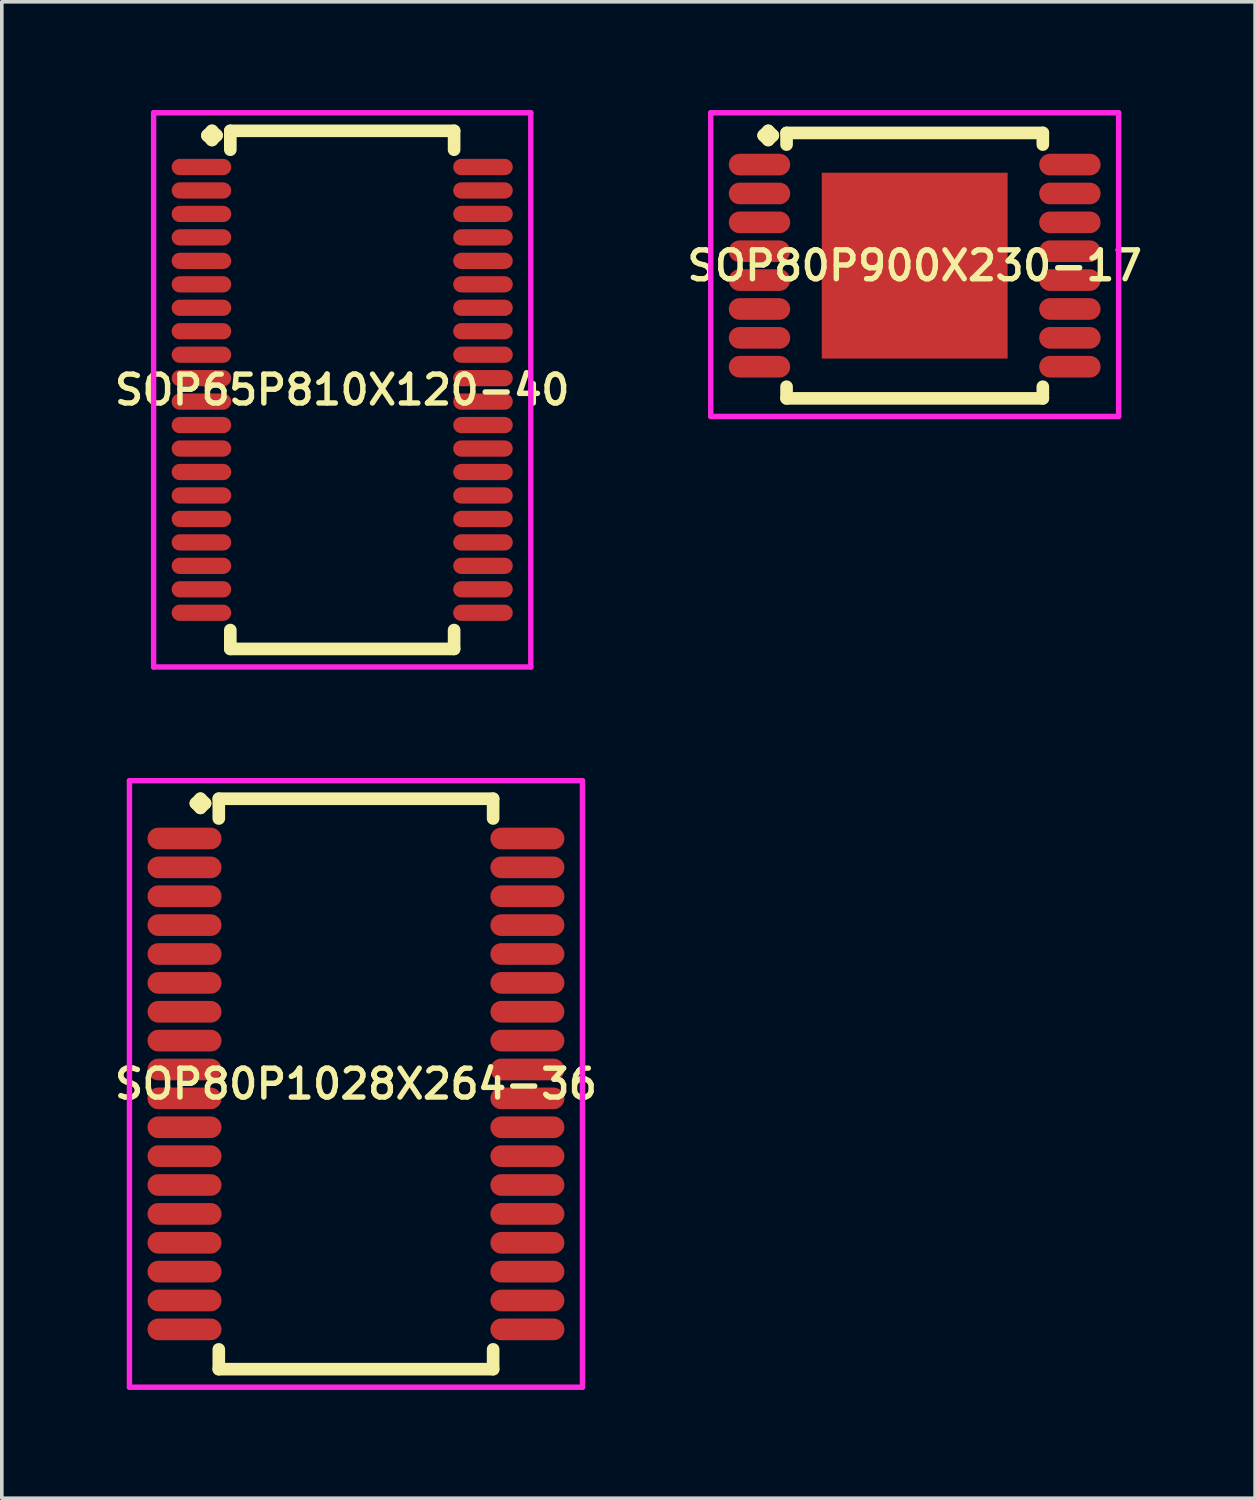
<source format=kicad_pcb>
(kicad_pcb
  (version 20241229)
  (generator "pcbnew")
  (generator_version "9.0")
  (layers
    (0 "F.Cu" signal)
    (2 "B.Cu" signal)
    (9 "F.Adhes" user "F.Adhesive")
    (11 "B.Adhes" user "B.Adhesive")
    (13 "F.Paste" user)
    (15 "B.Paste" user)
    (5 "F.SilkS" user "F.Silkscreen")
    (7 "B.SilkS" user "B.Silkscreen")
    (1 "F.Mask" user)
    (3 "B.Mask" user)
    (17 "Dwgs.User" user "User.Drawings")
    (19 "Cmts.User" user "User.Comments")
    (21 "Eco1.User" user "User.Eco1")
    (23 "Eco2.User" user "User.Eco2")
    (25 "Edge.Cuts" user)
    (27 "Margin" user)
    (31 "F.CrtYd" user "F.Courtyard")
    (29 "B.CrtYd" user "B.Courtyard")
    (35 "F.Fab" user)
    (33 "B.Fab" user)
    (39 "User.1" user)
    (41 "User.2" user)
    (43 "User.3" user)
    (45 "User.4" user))
  (footprint "SOP80P1028X264-36"
    (layer "F.Cu")
    (at 6.812 26.981)
    (property "Reference" "SOP80P1028X264-36" (at 0 0 0) (layer "F.SilkS") (effects (font (size 0.8 0.8) (thickness 0.15))))
    (attr smd)
    (fp_line (start -4.435 -7.775) (end -4.308 -7.902) (stroke (width 0.35) (type solid)) (layer "F.SilkS"))
    (fp_line (start -4.308 -7.902) (end -4.181 -7.775) (stroke (width 0.35) (type solid)) (layer "F.SilkS"))
    (fp_line (start -4.308 -7.648) (end -4.435 -7.775) (stroke (width 0.35) (type solid)) (layer "F.SilkS"))
    (fp_line (start -4.181 -7.775) (end -4.308 -7.648) (stroke (width 0.35) (type solid)) (layer "F.SilkS"))
    (fp_line (start -3.8 -7.902) (end 3.8 -7.902) (stroke (width 0.35) (type solid)) (layer "F.SilkS"))
    (fp_line (start -3.8 -7.354) (end -3.8 -7.902) (stroke (width 0.35) (type solid)) (layer "F.SilkS"))
    (fp_line (start -3.8 7.354) (end -3.8 7.902) (stroke (width 0.35) (type solid)) (layer "F.SilkS"))
    (fp_line (start -3.8 7.902) (end 3.8 7.902) (stroke (width 0.35) (type solid)) (layer "F.SilkS"))
    (fp_line (start 3.8 -7.902) (end 3.8 -7.354) (stroke (width 0.35) (type solid)) (layer "F.SilkS"))
    (fp_line (start 3.8 7.902) (end 3.8 7.354) (stroke (width 0.35) (type solid)) (layer "F.SilkS"))
    (fp_line (start -6.275 -8.402) (end 6.275 -8.402) (stroke (width 0.15) (type solid)) (layer "F.CrtYd"))
    (fp_line (start -6.275 8.402) (end -6.275 -8.402) (stroke (width 0.15) (type solid)) (layer "F.CrtYd"))
    (fp_line (start 6.275 -8.402) (end 6.275 8.402) (stroke (width 0.15) (type solid)) (layer "F.CrtYd"))
    (fp_line (start 6.275 8.402) (end -6.275 8.402) (stroke (width 0.15) (type solid)) (layer "F.CrtYd"))
    (pad "1" smd oval (at -4.75 -6.8) (size 2.05 0.6) (layers "F.Cu" "F.Mask" "F.Paste"))
    (pad "2" smd oval (at -4.75 -6) (size 2.05 0.6) (layers "F.Cu" "F.Mask" "F.Paste"))
    (pad "3" smd oval (at -4.75 -5.2) (size 2.05 0.6) (layers "F.Cu" "F.Mask" "F.Paste"))
    (pad "4" smd oval (at -4.75 -4.4) (size 2.05 0.6) (layers "F.Cu" "F.Mask" "F.Paste"))
    (pad "5" smd oval (at -4.75 -3.6) (size 2.05 0.6) (layers "F.Cu" "F.Mask" "F.Paste"))
    (pad "6" smd oval (at -4.75 -2.8) (size 2.05 0.6) (layers "F.Cu" "F.Mask" "F.Paste"))
    (pad "7" smd oval (at -4.75 -2) (size 2.05 0.6) (layers "F.Cu" "F.Mask" "F.Paste"))
    (pad "8" smd oval (at -4.75 -1.2) (size 2.05 0.6) (layers "F.Cu" "F.Mask" "F.Paste"))
    (pad "9" smd oval (at -4.75 -0.4) (size 2.05 0.6) (layers "F.Cu" "F.Mask" "F.Paste"))
    (pad "10" smd oval (at -4.75 0.4) (size 2.05 0.6) (layers "F.Cu" "F.Mask" "F.Paste"))
    (pad "11" smd oval (at -4.75 1.2) (size 2.05 0.6) (layers "F.Cu" "F.Mask" "F.Paste"))
    (pad "12" smd oval (at -4.75 2) (size 2.05 0.6) (layers "F.Cu" "F.Mask" "F.Paste"))
    (pad "13" smd oval (at -4.75 2.8) (size 2.05 0.6) (layers "F.Cu" "F.Mask" "F.Paste"))
    (pad "14" smd oval (at -4.75 3.6) (size 2.05 0.6) (layers "F.Cu" "F.Mask" "F.Paste"))
    (pad "15" smd oval (at -4.75 4.4) (size 2.05 0.6) (layers "F.Cu" "F.Mask" "F.Paste"))
    (pad "16" smd oval (at -4.75 5.2) (size 2.05 0.6) (layers "F.Cu" "F.Mask" "F.Paste"))
    (pad "17" smd oval (at -4.75 6) (size 2.05 0.6) (layers "F.Cu" "F.Mask" "F.Paste"))
    (pad "18" smd oval (at -4.75 6.8) (size 2.05 0.6) (layers "F.Cu" "F.Mask" "F.Paste"))
    (pad "19" smd oval (at 4.75 6.8) (size 2.05 0.6) (layers "F.Cu" "F.Mask" "F.Paste"))
    (pad "20" smd oval (at 4.75 6) (size 2.05 0.6) (layers "F.Cu" "F.Mask" "F.Paste"))
    (pad "21" smd oval (at 4.75 5.2) (size 2.05 0.6) (layers "F.Cu" "F.Mask" "F.Paste"))
    (pad "22" smd oval (at 4.75 4.4) (size 2.05 0.6) (layers "F.Cu" "F.Mask" "F.Paste"))
    (pad "23" smd oval (at 4.75 3.6) (size 2.05 0.6) (layers "F.Cu" "F.Mask" "F.Paste"))
    (pad "24" smd oval (at 4.75 2.8) (size 2.05 0.6) (layers "F.Cu" "F.Mask" "F.Paste"))
    (pad "25" smd oval (at 4.75 2) (size 2.05 0.6) (layers "F.Cu" "F.Mask" "F.Paste"))
    (pad "26" smd oval (at 4.75 1.2) (size 2.05 0.6) (layers "F.Cu" "F.Mask" "F.Paste"))
    (pad "27" smd oval (at 4.75 0.4) (size 2.05 0.6) (layers "F.Cu" "F.Mask" "F.Paste"))
    (pad "28" smd oval (at 4.75 -0.4) (size 2.05 0.6) (layers "F.Cu" "F.Mask" "F.Paste"))
    (pad "29" smd oval (at 4.75 -1.2) (size 2.05 0.6) (layers "F.Cu" "F.Mask" "F.Paste"))
    (pad "30" smd oval (at 4.75 -2) (size 2.05 0.6) (layers "F.Cu" "F.Mask" "F.Paste"))
    (pad "31" smd oval (at 4.75 -2.8) (size 2.05 0.6) (layers "F.Cu" "F.Mask" "F.Paste"))
    (pad "32" smd oval (at 4.75 -3.6) (size 2.05 0.6) (layers "F.Cu" "F.Mask" "F.Paste"))
    (pad "33" smd oval (at 4.75 -4.4) (size 2.05 0.6) (layers "F.Cu" "F.Mask" "F.Paste"))
    (pad "34" smd oval (at 4.75 -5.2) (size 2.05 0.6) (layers "F.Cu" "F.Mask" "F.Paste"))
    (pad "35" smd oval (at 4.75 -6) (size 2.05 0.6) (layers "F.Cu" "F.Mask" "F.Paste"))
    (pad "36" smd oval (at 4.75 -6.8) (size 2.05 0.6) (layers "F.Cu" "F.Mask" "F.Paste")))
  (footprint "SOP65P810X120-40"
    (layer "F.Cu")
    (at 6.431 7.752)
    (property "Reference" "SOP65P810X120-40" (at 0 0 0) (layer "F.SilkS") (effects (font (size 0.8 0.8) (thickness 0.15))))
    (attr smd)
    (fp_line (start -3.735 -7.05) (end -3.608 -7.177) (stroke (width 0.35) (type solid)) (layer "F.SilkS"))
    (fp_line (start -3.608 -7.177) (end -3.481 -7.05) (stroke (width 0.35) (type solid)) (layer "F.SilkS"))
    (fp_line (start -3.608 -6.923) (end -3.735 -7.05) (stroke (width 0.35) (type solid)) (layer "F.SilkS"))
    (fp_line (start -3.481 -7.05) (end -3.608 -6.923) (stroke (width 0.35) (type solid)) (layer "F.SilkS"))
    (fp_line (start -3.1 -7.177) (end 3.1 -7.177) (stroke (width 0.35) (type solid)) (layer "F.SilkS"))
    (fp_line (start -3.1 -6.654) (end -3.1 -7.177) (stroke (width 0.35) (type solid)) (layer "F.SilkS"))
    (fp_line (start -3.1 6.654) (end -3.1 7.177) (stroke (width 0.35) (type solid)) (layer "F.SilkS"))
    (fp_line (start -3.1 7.177) (end 3.1 7.177) (stroke (width 0.35) (type solid)) (layer "F.SilkS"))
    (fp_line (start 3.1 -7.177) (end 3.1 -6.654) (stroke (width 0.35) (type solid)) (layer "F.SilkS"))
    (fp_line (start 3.1 7.177) (end 3.1 6.654) (stroke (width 0.35) (type solid)) (layer "F.SilkS"))
    (fp_line (start -5.225 -7.677) (end 5.225 -7.677) (stroke (width 0.15) (type solid)) (layer "F.CrtYd"))
    (fp_line (start -5.225 7.677) (end -5.225 -7.677) (stroke (width 0.15) (type solid)) (layer "F.CrtYd"))
    (fp_line (start 5.225 -7.677) (end 5.225 7.677) (stroke (width 0.15) (type solid)) (layer "F.CrtYd"))
    (fp_line (start 5.225 7.677) (end -5.225 7.677) (stroke (width 0.15) (type solid)) (layer "F.CrtYd"))
    (pad "1" smd oval (at -3.9 -6.175) (size 1.65 0.45) (layers "F.Cu" "F.Mask" "F.Paste"))
    (pad "2" smd oval (at -3.9 -5.525) (size 1.65 0.45) (layers "F.Cu" "F.Mask" "F.Paste"))
    (pad "3" smd oval (at -3.9 -4.875) (size 1.65 0.45) (layers "F.Cu" "F.Mask" "F.Paste"))
    (pad "4" smd oval (at -3.9 -4.225) (size 1.65 0.45) (layers "F.Cu" "F.Mask" "F.Paste"))
    (pad "5" smd oval (at -3.9 -3.575) (size 1.65 0.45) (layers "F.Cu" "F.Mask" "F.Paste"))
    (pad "6" smd oval (at -3.9 -2.925) (size 1.65 0.45) (layers "F.Cu" "F.Mask" "F.Paste"))
    (pad "7" smd oval (at -3.9 -2.275) (size 1.65 0.45) (layers "F.Cu" "F.Mask" "F.Paste"))
    (pad "8" smd oval (at -3.9 -1.625) (size 1.65 0.45) (layers "F.Cu" "F.Mask" "F.Paste"))
    (pad "9" smd oval (at -3.9 -0.975) (size 1.65 0.45) (layers "F.Cu" "F.Mask" "F.Paste"))
    (pad "10" smd oval (at -3.9 -0.325) (size 1.65 0.45) (layers "F.Cu" "F.Mask" "F.Paste"))
    (pad "11" smd oval (at -3.9 0.325) (size 1.65 0.45) (layers "F.Cu" "F.Mask" "F.Paste"))
    (pad "12" smd oval (at -3.9 0.975) (size 1.65 0.45) (layers "F.Cu" "F.Mask" "F.Paste"))
    (pad "13" smd oval (at -3.9 1.625) (size 1.65 0.45) (layers "F.Cu" "F.Mask" "F.Paste"))
    (pad "14" smd oval (at -3.9 2.275) (size 1.65 0.45) (layers "F.Cu" "F.Mask" "F.Paste"))
    (pad "15" smd oval (at -3.9 2.925) (size 1.65 0.45) (layers "F.Cu" "F.Mask" "F.Paste"))
    (pad "16" smd oval (at -3.9 3.575) (size 1.65 0.45) (layers "F.Cu" "F.Mask" "F.Paste"))
    (pad "17" smd oval (at -3.9 4.225) (size 1.65 0.45) (layers "F.Cu" "F.Mask" "F.Paste"))
    (pad "18" smd oval (at -3.9 4.875) (size 1.65 0.45) (layers "F.Cu" "F.Mask" "F.Paste"))
    (pad "19" smd oval (at -3.9 5.525) (size 1.65 0.45) (layers "F.Cu" "F.Mask" "F.Paste"))
    (pad "20" smd oval (at -3.9 6.175) (size 1.65 0.45) (layers "F.Cu" "F.Mask" "F.Paste"))
    (pad "21" smd oval (at 3.9 6.175) (size 1.65 0.45) (layers "F.Cu" "F.Mask" "F.Paste"))
    (pad "22" smd oval (at 3.9 5.525) (size 1.65 0.45) (layers "F.Cu" "F.Mask" "F.Paste"))
    (pad "23" smd oval (at 3.9 4.875) (size 1.65 0.45) (layers "F.Cu" "F.Mask" "F.Paste"))
    (pad "24" smd oval (at 3.9 4.225) (size 1.65 0.45) (layers "F.Cu" "F.Mask" "F.Paste"))
    (pad "25" smd oval (at 3.9 3.575) (size 1.65 0.45) (layers "F.Cu" "F.Mask" "F.Paste"))
    (pad "26" smd oval (at 3.9 2.925) (size 1.65 0.45) (layers "F.Cu" "F.Mask" "F.Paste"))
    (pad "27" smd oval (at 3.9 2.275) (size 1.65 0.45) (layers "F.Cu" "F.Mask" "F.Paste"))
    (pad "28" smd oval (at 3.9 1.625) (size 1.65 0.45) (layers "F.Cu" "F.Mask" "F.Paste"))
    (pad "29" smd oval (at 3.9 0.975) (size 1.65 0.45) (layers "F.Cu" "F.Mask" "F.Paste"))
    (pad "30" smd oval (at 3.9 0.325) (size 1.65 0.45) (layers "F.Cu" "F.Mask" "F.Paste"))
    (pad "31" smd oval (at 3.9 -0.325) (size 1.65 0.45) (layers "F.Cu" "F.Mask" "F.Paste"))
    (pad "32" smd oval (at 3.9 -0.975) (size 1.65 0.45) (layers "F.Cu" "F.Mask" "F.Paste"))
    (pad "33" smd oval (at 3.9 -1.625) (size 1.65 0.45) (layers "F.Cu" "F.Mask" "F.Paste"))
    (pad "34" smd oval (at 3.9 -2.275) (size 1.65 0.45) (layers "F.Cu" "F.Mask" "F.Paste"))
    (pad "35" smd oval (at 3.9 -2.925) (size 1.65 0.45) (layers "F.Cu" "F.Mask" "F.Paste"))
    (pad "36" smd oval (at 3.9 -3.575) (size 1.65 0.45) (layers "F.Cu" "F.Mask" "F.Paste"))
    (pad "37" smd oval (at 3.9 -4.225) (size 1.65 0.45) (layers "F.Cu" "F.Mask" "F.Paste"))
    (pad "38" smd oval (at 3.9 -4.875) (size 1.65 0.45) (layers "F.Cu" "F.Mask" "F.Paste"))
    (pad "39" smd oval (at 3.9 -5.525) (size 1.65 0.45) (layers "F.Cu" "F.Mask" "F.Paste"))
    (pad "40" smd oval (at 3.9 -6.175) (size 1.65 0.45) (layers "F.Cu" "F.Mask" "F.Paste")))
  (footprint "SOP80P900X230-17"
    (layer "F.Cu")
    (at 22.292 4.31)
    (property "Reference" "SOP80P900X230-17" (at 0 0 0) (layer "F.SilkS") (effects (font (size 0.8 0.8) (thickness 0.15))))
    (attr smd)
    (fp_line (start -4.185 -3.608) (end -4.058 -3.735) (stroke (width 0.35) (type solid)) (layer "F.SilkS"))
    (fp_line (start -4.058 -3.735) (end -3.931 -3.608) (stroke (width 0.35) (type solid)) (layer "F.SilkS"))
    (fp_line (start -4.058 -3.481) (end -4.185 -3.608) (stroke (width 0.35) (type solid)) (layer "F.SilkS"))
    (fp_line (start -3.931 -3.608) (end -4.058 -3.481) (stroke (width 0.35) (type solid)) (layer "F.SilkS"))
    (fp_line (start -3.55 -3.677) (end 3.55 -3.677) (stroke (width 0.35) (type solid)) (layer "F.SilkS"))
    (fp_line (start -3.55 -3.354) (end -3.55 -3.677) (stroke (width 0.35) (type solid)) (layer "F.SilkS"))
    (fp_line (start -3.55 3.354) (end -3.55 3.677) (stroke (width 0.35) (type solid)) (layer "F.SilkS"))
    (fp_line (start -3.55 3.677) (end 3.55 3.677) (stroke (width 0.35) (type solid)) (layer "F.SilkS"))
    (fp_line (start 3.55 -3.677) (end 3.55 -3.354) (stroke (width 0.35) (type solid)) (layer "F.SilkS"))
    (fp_line (start 3.55 3.677) (end 3.55 3.354) (stroke (width 0.35) (type solid)) (layer "F.SilkS"))
    (fp_line (start -5.65 -4.235) (end 5.65 -4.235) (stroke (width 0.15) (type solid)) (layer "F.CrtYd"))
    (fp_line (start -5.65 4.177) (end -5.65 -4.235) (stroke (width 0.15) (type solid)) (layer "F.CrtYd"))
    (fp_line (start 5.65 -4.235) (end 5.65 4.177) (stroke (width 0.15) (type solid)) (layer "F.CrtYd"))
    (fp_line (start 5.65 4.177) (end -5.65 4.177) (stroke (width 0.15) (type solid)) (layer "F.CrtYd"))
    (pad "1" smd oval (at -4.3 -2.8) (size 1.7 0.6) (layers "F.Cu" "F.Mask" "F.Paste"))
    (pad "2" smd oval (at -4.3 -2) (size 1.7 0.6) (layers "F.Cu" "F.Mask" "F.Paste"))
    (pad "3" smd oval (at -4.3 -1.2) (size 1.7 0.6) (layers "F.Cu" "F.Mask" "F.Paste"))
    (pad "4" smd oval (at -4.3 -0.4) (size 1.7 0.6) (layers "F.Cu" "F.Mask" "F.Paste"))
    (pad "5" smd oval (at -4.3 0.4) (size 1.7 0.6) (layers "F.Cu" "F.Mask" "F.Paste"))
    (pad "6" smd oval (at -4.3 1.2) (size 1.7 0.6) (layers "F.Cu" "F.Mask" "F.Paste"))
    (pad "7" smd oval (at -4.3 2) (size 1.7 0.6) (layers "F.Cu" "F.Mask" "F.Paste"))
    (pad "8" smd oval (at -4.3 2.8) (size 1.7 0.6) (layers "F.Cu" "F.Mask" "F.Paste"))
    (pad "9" smd oval (at 4.3 2.8) (size 1.7 0.6) (layers "F.Cu" "F.Mask" "F.Paste"))
    (pad "10" smd oval (at 4.3 2) (size 1.7 0.6) (layers "F.Cu" "F.Mask" "F.Paste"))
    (pad "11" smd oval (at 4.3 1.2) (size 1.7 0.6) (layers "F.Cu" "F.Mask" "F.Paste"))
    (pad "12" smd oval (at 4.3 0.4) (size 1.7 0.6) (layers "F.Cu" "F.Mask" "F.Paste"))
    (pad "13" smd oval (at 4.3 -0.4) (size 1.7 0.6) (layers "F.Cu" "F.Mask" "F.Paste"))
    (pad "14" smd oval (at 4.3 -1.2) (size 1.7 0.6) (layers "F.Cu" "F.Mask" "F.Paste"))
    (pad "15" smd oval (at 4.3 -2) (size 1.7 0.6) (layers "F.Cu" "F.Mask" "F.Paste"))
    (pad "16" smd oval (at 4.3 -2.8) (size 1.7 0.6) (layers "F.Cu" "F.Mask" "F.Paste"))
    (pad "17" smd rect (at 0 0) (size 5.15 5.15) (layers "F.Cu" "F.Mask" "F.Paste")))
  (gr_rect
    (start -3 -3)
    (end 31.723 38.458)
    (stroke (width 0.1) (type default))
    (fill no)
    (layer "Edge.Cuts")))
</source>
